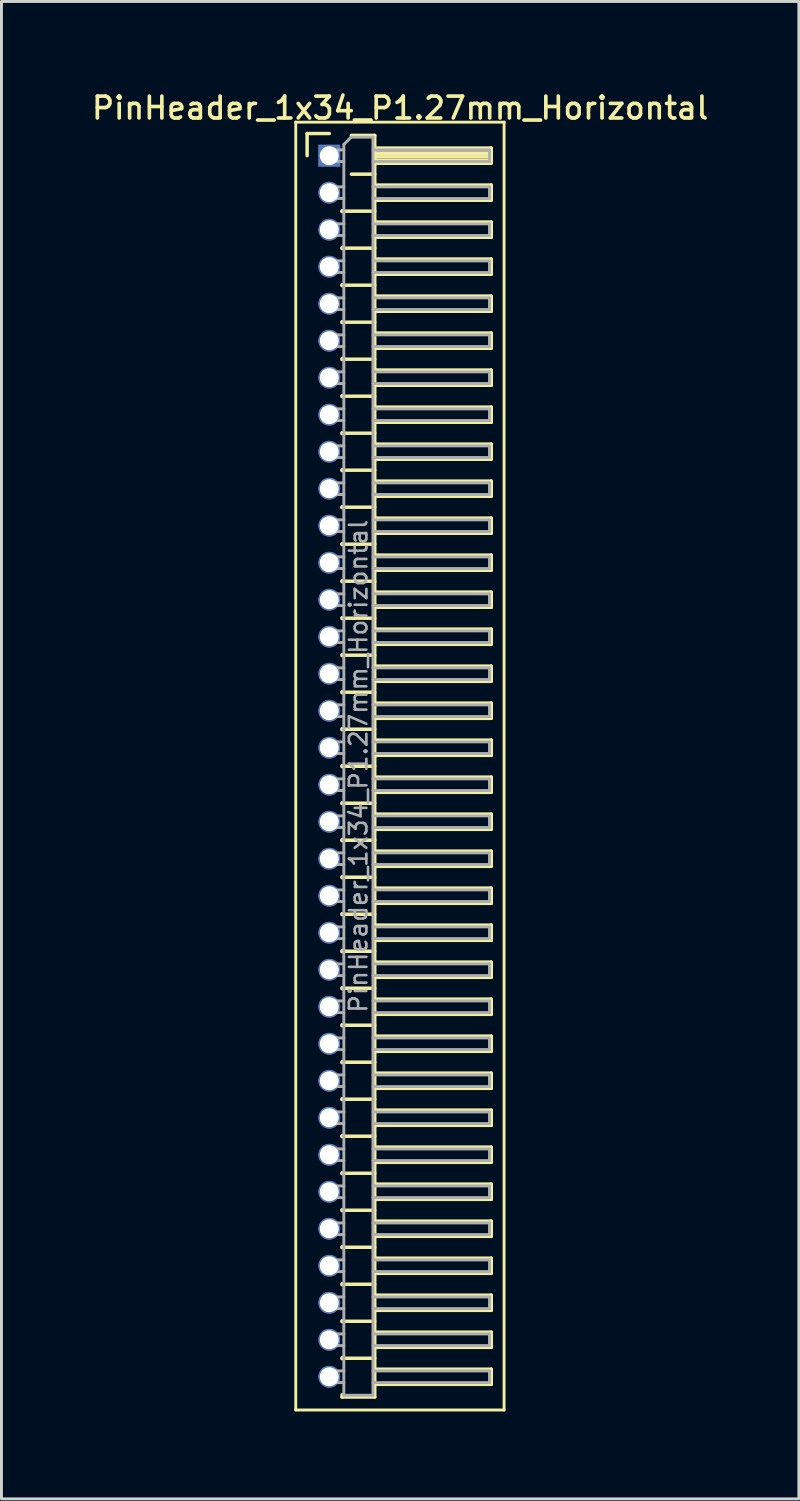
<source format=kicad_pcb>
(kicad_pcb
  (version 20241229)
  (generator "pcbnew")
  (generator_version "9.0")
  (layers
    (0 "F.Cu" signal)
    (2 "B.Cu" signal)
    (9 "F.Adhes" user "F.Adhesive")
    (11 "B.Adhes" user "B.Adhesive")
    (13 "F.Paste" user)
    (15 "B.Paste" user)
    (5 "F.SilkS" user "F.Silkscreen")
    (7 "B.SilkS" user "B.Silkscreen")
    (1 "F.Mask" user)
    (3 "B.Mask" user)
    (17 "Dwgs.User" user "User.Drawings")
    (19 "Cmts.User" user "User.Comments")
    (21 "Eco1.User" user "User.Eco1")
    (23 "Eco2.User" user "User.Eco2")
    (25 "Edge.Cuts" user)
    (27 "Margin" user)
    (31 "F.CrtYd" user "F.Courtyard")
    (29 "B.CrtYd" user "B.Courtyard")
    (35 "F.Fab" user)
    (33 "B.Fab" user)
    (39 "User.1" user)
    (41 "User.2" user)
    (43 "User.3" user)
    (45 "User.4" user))
  (footprint "PinHeader_1x34_P1.27mm_Horizontal"
    (layer "F.Cu")
    (at 8.251 2.293)
    (property "Reference" "PinHeader_1x34_P1.27mm_Horizontal" (at 2.433 -1.635 0) (layer "F.SilkS") (effects (font (size 0.75 0.75) (thickness 0.125))))
    (attr through_hole)
    (fp_line (start -1.15 -1.15) (end -1.15 43.05) (stroke (width 0.1) (type solid)) (layer "F.SilkS"))
    (fp_line (start -1.15 43.05) (end 6 43.05) (stroke (width 0.1) (type solid)) (layer "F.SilkS"))
    (fp_line (start -0.76 -0.76) (end 0 -0.76) (stroke (width 0.12) (type solid)) (layer "F.SilkS"))
    (fp_line (start -0.76 0) (end -0.76 -0.76) (stroke (width 0.12) (type solid)) (layer "F.SilkS"))
    (fp_line (start 0.44 1.89) (end 0.44 1.92) (stroke (width 0.12) (type solid)) (layer "F.SilkS"))
    (fp_line (start 0.44 1.905) (end 1.56 1.905) (stroke (width 0.12) (type solid)) (layer "F.SilkS"))
    (fp_line (start 0.44 3.16) (end 0.44 3.19) (stroke (width 0.12) (type solid)) (layer "F.SilkS"))
    (fp_line (start 0.44 3.175) (end 1.56 3.175) (stroke (width 0.12) (type solid)) (layer "F.SilkS"))
    (fp_line (start 0.44 4.43) (end 0.44 4.46) (stroke (width 0.12) (type solid)) (layer "F.SilkS"))
    (fp_line (start 0.44 4.445) (end 1.56 4.445) (stroke (width 0.12) (type solid)) (layer "F.SilkS"))
    (fp_line (start 0.44 5.7) (end 0.44 5.73) (stroke (width 0.12) (type solid)) (layer "F.SilkS"))
    (fp_line (start 0.44 5.715) (end 1.56 5.715) (stroke (width 0.12) (type solid)) (layer "F.SilkS"))
    (fp_line (start 0.44 6.97) (end 0.44 7) (stroke (width 0.12) (type solid)) (layer "F.SilkS"))
    (fp_line (start 0.44 6.985) (end 1.56 6.985) (stroke (width 0.12) (type solid)) (layer "F.SilkS"))
    (fp_line (start 0.44 8.24) (end 0.44 8.27) (stroke (width 0.12) (type solid)) (layer "F.SilkS"))
    (fp_line (start 0.44 8.255) (end 1.56 8.255) (stroke (width 0.12) (type solid)) (layer "F.SilkS"))
    (fp_line (start 0.44 9.51) (end 0.44 9.54) (stroke (width 0.12) (type solid)) (layer "F.SilkS"))
    (fp_line (start 0.44 9.525) (end 1.56 9.525) (stroke (width 0.12) (type solid)) (layer "F.SilkS"))
    (fp_line (start 0.44 10.78) (end 0.44 10.81) (stroke (width 0.12) (type solid)) (layer "F.SilkS"))
    (fp_line (start 0.44 10.795) (end 1.56 10.795) (stroke (width 0.12) (type solid)) (layer "F.SilkS"))
    (fp_line (start 0.44 12.05) (end 0.44 12.08) (stroke (width 0.12) (type solid)) (layer "F.SilkS"))
    (fp_line (start 0.44 12.065) (end 1.56 12.065) (stroke (width 0.12) (type solid)) (layer "F.SilkS"))
    (fp_line (start 0.44 13.32) (end 0.44 13.35) (stroke (width 0.12) (type solid)) (layer "F.SilkS"))
    (fp_line (start 0.44 13.335) (end 1.56 13.335) (stroke (width 0.12) (type solid)) (layer "F.SilkS"))
    (fp_line (start 0.44 14.59) (end 0.44 14.62) (stroke (width 0.12) (type solid)) (layer "F.SilkS"))
    (fp_line (start 0.44 14.605) (end 1.56 14.605) (stroke (width 0.12) (type solid)) (layer "F.SilkS"))
    (fp_line (start 0.44 15.86) (end 0.44 15.89) (stroke (width 0.12) (type solid)) (layer "F.SilkS"))
    (fp_line (start 0.44 15.875) (end 1.56 15.875) (stroke (width 0.12) (type solid)) (layer "F.SilkS"))
    (fp_line (start 0.44 17.13) (end 0.44 17.16) (stroke (width 0.12) (type solid)) (layer "F.SilkS"))
    (fp_line (start 0.44 17.145) (end 1.56 17.145) (stroke (width 0.12) (type solid)) (layer "F.SilkS"))
    (fp_line (start 0.44 18.4) (end 0.44 18.43) (stroke (width 0.12) (type solid)) (layer "F.SilkS"))
    (fp_line (start 0.44 18.415) (end 1.56 18.415) (stroke (width 0.12) (type solid)) (layer "F.SilkS"))
    (fp_line (start 0.44 19.67) (end 0.44 19.7) (stroke (width 0.12) (type solid)) (layer "F.SilkS"))
    (fp_line (start 0.44 19.685) (end 1.56 19.685) (stroke (width 0.12) (type solid)) (layer "F.SilkS"))
    (fp_line (start 0.44 20.94) (end 0.44 20.97) (stroke (width 0.12) (type solid)) (layer "F.SilkS"))
    (fp_line (start 0.44 20.955) (end 1.56 20.955) (stroke (width 0.12) (type solid)) (layer "F.SilkS"))
    (fp_line (start 0.44 22.21) (end 0.44 22.24) (stroke (width 0.12) (type solid)) (layer "F.SilkS"))
    (fp_line (start 0.44 22.225) (end 1.56 22.225) (stroke (width 0.12) (type solid)) (layer "F.SilkS"))
    (fp_line (start 0.44 23.48) (end 0.44 23.51) (stroke (width 0.12) (type solid)) (layer "F.SilkS"))
    (fp_line (start 0.44 23.495) (end 1.56 23.495) (stroke (width 0.12) (type solid)) (layer "F.SilkS"))
    (fp_line (start 0.44 24.75) (end 0.44 24.78) (stroke (width 0.12) (type solid)) (layer "F.SilkS"))
    (fp_line (start 0.44 24.765) (end 1.56 24.765) (stroke (width 0.12) (type solid)) (layer "F.SilkS"))
    (fp_line (start 0.44 26.02) (end 0.44 26.05) (stroke (width 0.12) (type solid)) (layer "F.SilkS"))
    (fp_line (start 0.44 26.035) (end 1.56 26.035) (stroke (width 0.12) (type solid)) (layer "F.SilkS"))
    (fp_line (start 0.44 27.29) (end 0.44 27.32) (stroke (width 0.12) (type solid)) (layer "F.SilkS"))
    (fp_line (start 0.44 27.305) (end 1.56 27.305) (stroke (width 0.12) (type solid)) (layer "F.SilkS"))
    (fp_line (start 0.44 28.56) (end 0.44 28.59) (stroke (width 0.12) (type solid)) (layer "F.SilkS"))
    (fp_line (start 0.44 28.575) (end 1.56 28.575) (stroke (width 0.12) (type solid)) (layer "F.SilkS"))
    (fp_line (start 0.44 29.83) (end 0.44 29.86) (stroke (width 0.12) (type solid)) (layer "F.SilkS"))
    (fp_line (start 0.44 29.845) (end 1.56 29.845) (stroke (width 0.12) (type solid)) (layer "F.SilkS"))
    (fp_line (start 0.44 31.1) (end 0.44 31.13) (stroke (width 0.12) (type solid)) (layer "F.SilkS"))
    (fp_line (start 0.44 31.115) (end 1.56 31.115) (stroke (width 0.12) (type solid)) (layer "F.SilkS"))
    (fp_line (start 0.44 32.37) (end 0.44 32.4) (stroke (width 0.12) (type solid)) (layer "F.SilkS"))
    (fp_line (start 0.44 32.385) (end 1.56 32.385) (stroke (width 0.12) (type solid)) (layer "F.SilkS"))
    (fp_line (start 0.44 33.64) (end 0.44 33.67) (stroke (width 0.12) (type solid)) (layer "F.SilkS"))
    (fp_line (start 0.44 33.655) (end 1.56 33.655) (stroke (width 0.12) (type solid)) (layer "F.SilkS"))
    (fp_line (start 0.44 34.91) (end 0.44 34.94) (stroke (width 0.12) (type solid)) (layer "F.SilkS"))
    (fp_line (start 0.44 34.925) (end 1.56 34.925) (stroke (width 0.12) (type solid)) (layer "F.SilkS"))
    (fp_line (start 0.44 36.18) (end 0.44 36.21) (stroke (width 0.12) (type solid)) (layer "F.SilkS"))
    (fp_line (start 0.44 36.195) (end 1.56 36.195) (stroke (width 0.12) (type solid)) (layer "F.SilkS"))
    (fp_line (start 0.44 37.45) (end 0.44 37.48) (stroke (width 0.12) (type solid)) (layer "F.SilkS"))
    (fp_line (start 0.44 37.465) (end 1.56 37.465) (stroke (width 0.12) (type solid)) (layer "F.SilkS"))
    (fp_line (start 0.44 38.72) (end 0.44 38.75) (stroke (width 0.12) (type solid)) (layer "F.SilkS"))
    (fp_line (start 0.44 38.735) (end 1.56 38.735) (stroke (width 0.12) (type solid)) (layer "F.SilkS"))
    (fp_line (start 0.44 39.99) (end 0.44 40.02) (stroke (width 0.12) (type solid)) (layer "F.SilkS"))
    (fp_line (start 0.44 40.005) (end 1.56 40.005) (stroke (width 0.12) (type solid)) (layer "F.SilkS"))
    (fp_line (start 0.44 41.26) (end 0.44 41.29) (stroke (width 0.12) (type solid)) (layer "F.SilkS"))
    (fp_line (start 0.44 41.275) (end 1.56 41.275) (stroke (width 0.12) (type solid)) (layer "F.SilkS"))
    (fp_line (start 0.44 42.605) (end 0.44 42.53) (stroke (width 0.12) (type solid)) (layer "F.SilkS"))
    (fp_line (start 0.76 -0.695) (end 1.56 -0.695) (stroke (width 0.12) (type solid)) (layer "F.SilkS"))
    (fp_line (start 0.76 0.635) (end 1.56 0.635) (stroke (width 0.12) (type solid)) (layer "F.SilkS"))
    (fp_line (start 1.56 -0.695) (end 1.56 42.605) (stroke (width 0.12) (type solid)) (layer "F.SilkS"))
    (fp_line (start 1.56 -0.26) (end 5.56 -0.26) (stroke (width 0.12) (type solid)) (layer "F.SilkS"))
    (fp_line (start 1.56 -0.2) (end 5.56 -0.2) (stroke (width 0.12) (type solid)) (layer "F.SilkS"))
    (fp_line (start 1.56 -0.08) (end 5.56 -0.08) (stroke (width 0.12) (type solid)) (layer "F.SilkS"))
    (fp_line (start 1.56 0.04) (end 5.56 0.04) (stroke (width 0.12) (type solid)) (layer "F.SilkS"))
    (fp_line (start 1.56 0.16) (end 5.56 0.16) (stroke (width 0.12) (type solid)) (layer "F.SilkS"))
    (fp_line (start 1.56 1.01) (end 5.56 1.01) (stroke (width 0.12) (type solid)) (layer "F.SilkS"))
    (fp_line (start 1.56 2.28) (end 5.56 2.28) (stroke (width 0.12) (type solid)) (layer "F.SilkS"))
    (fp_line (start 1.56 3.55) (end 5.56 3.55) (stroke (width 0.12) (type solid)) (layer "F.SilkS"))
    (fp_line (start 1.56 4.82) (end 5.56 4.82) (stroke (width 0.12) (type solid)) (layer "F.SilkS"))
    (fp_line (start 1.56 6.09) (end 5.56 6.09) (stroke (width 0.12) (type solid)) (layer "F.SilkS"))
    (fp_line (start 1.56 7.36) (end 5.56 7.36) (stroke (width 0.12) (type solid)) (layer "F.SilkS"))
    (fp_line (start 1.56 8.63) (end 5.56 8.63) (stroke (width 0.12) (type solid)) (layer "F.SilkS"))
    (fp_line (start 1.56 9.9) (end 5.56 9.9) (stroke (width 0.12) (type solid)) (layer "F.SilkS"))
    (fp_line (start 1.56 11.17) (end 5.56 11.17) (stroke (width 0.12) (type solid)) (layer "F.SilkS"))
    (fp_line (start 1.56 12.44) (end 5.56 12.44) (stroke (width 0.12) (type solid)) (layer "F.SilkS"))
    (fp_line (start 1.56 13.71) (end 5.56 13.71) (stroke (width 0.12) (type solid)) (layer "F.SilkS"))
    (fp_line (start 1.56 14.98) (end 5.56 14.98) (stroke (width 0.12) (type solid)) (layer "F.SilkS"))
    (fp_line (start 1.56 16.25) (end 5.56 16.25) (stroke (width 0.12) (type solid)) (layer "F.SilkS"))
    (fp_line (start 1.56 17.52) (end 5.56 17.52) (stroke (width 0.12) (type solid)) (layer "F.SilkS"))
    (fp_line (start 1.56 18.79) (end 5.56 18.79) (stroke (width 0.12) (type solid)) (layer "F.SilkS"))
    (fp_line (start 1.56 20.06) (end 5.56 20.06) (stroke (width 0.12) (type solid)) (layer "F.SilkS"))
    (fp_line (start 1.56 21.33) (end 5.56 21.33) (stroke (width 0.12) (type solid)) (layer "F.SilkS"))
    (fp_line (start 1.56 22.6) (end 5.56 22.6) (stroke (width 0.12) (type solid)) (layer "F.SilkS"))
    (fp_line (start 1.56 23.87) (end 5.56 23.87) (stroke (width 0.12) (type solid)) (layer "F.SilkS"))
    (fp_line (start 1.56 25.14) (end 5.56 25.14) (stroke (width 0.12) (type solid)) (layer "F.SilkS"))
    (fp_line (start 1.56 26.41) (end 5.56 26.41) (stroke (width 0.12) (type solid)) (layer "F.SilkS"))
    (fp_line (start 1.56 27.68) (end 5.56 27.68) (stroke (width 0.12) (type solid)) (layer "F.SilkS"))
    (fp_line (start 1.56 28.95) (end 5.56 28.95) (stroke (width 0.12) (type solid)) (layer "F.SilkS"))
    (fp_line (start 1.56 30.22) (end 5.56 30.22) (stroke (width 0.12) (type solid)) (layer "F.SilkS"))
    (fp_line (start 1.56 31.49) (end 5.56 31.49) (stroke (width 0.12) (type solid)) (layer "F.SilkS"))
    (fp_line (start 1.56 32.76) (end 5.56 32.76) (stroke (width 0.12) (type solid)) (layer "F.SilkS"))
    (fp_line (start 1.56 34.03) (end 5.56 34.03) (stroke (width 0.12) (type solid)) (layer "F.SilkS"))
    (fp_line (start 1.56 35.3) (end 5.56 35.3) (stroke (width 0.12) (type solid)) (layer "F.SilkS"))
    (fp_line (start 1.56 36.57) (end 5.56 36.57) (stroke (width 0.12) (type solid)) (layer "F.SilkS"))
    (fp_line (start 1.56 37.84) (end 5.56 37.84) (stroke (width 0.12) (type solid)) (layer "F.SilkS"))
    (fp_line (start 1.56 39.11) (end 5.56 39.11) (stroke (width 0.12) (type solid)) (layer "F.SilkS"))
    (fp_line (start 1.56 40.38) (end 5.56 40.38) (stroke (width 0.12) (type solid)) (layer "F.SilkS"))
    (fp_line (start 1.56 41.65) (end 5.56 41.65) (stroke (width 0.12) (type solid)) (layer "F.SilkS"))
    (fp_line (start 1.56 42.605) (end 0.44 42.605) (stroke (width 0.12) (type solid)) (layer "F.SilkS"))
    (fp_line (start 5.56 -0.26) (end 5.56 0.26) (stroke (width 0.12) (type solid)) (layer "F.SilkS"))
    (fp_line (start 5.56 0.26) (end 1.56 0.26) (stroke (width 0.12) (type solid)) (layer "F.SilkS"))
    (fp_line (start 5.56 1.01) (end 5.56 1.53) (stroke (width 0.12) (type solid)) (layer "F.SilkS"))
    (fp_line (start 5.56 1.53) (end 1.56 1.53) (stroke (width 0.12) (type solid)) (layer "F.SilkS"))
    (fp_line (start 5.56 2.28) (end 5.56 2.8) (stroke (width 0.12) (type solid)) (layer "F.SilkS"))
    (fp_line (start 5.56 2.8) (end 1.56 2.8) (stroke (width 0.12) (type solid)) (layer "F.SilkS"))
    (fp_line (start 5.56 3.55) (end 5.56 4.07) (stroke (width 0.12) (type solid)) (layer "F.SilkS"))
    (fp_line (start 5.56 4.07) (end 1.56 4.07) (stroke (width 0.12) (type solid)) (layer "F.SilkS"))
    (fp_line (start 5.56 4.82) (end 5.56 5.34) (stroke (width 0.12) (type solid)) (layer "F.SilkS"))
    (fp_line (start 5.56 5.34) (end 1.56 5.34) (stroke (width 0.12) (type solid)) (layer "F.SilkS"))
    (fp_line (start 5.56 6.09) (end 5.56 6.61) (stroke (width 0.12) (type solid)) (layer "F.SilkS"))
    (fp_line (start 5.56 6.61) (end 1.56 6.61) (stroke (width 0.12) (type solid)) (layer "F.SilkS"))
    (fp_line (start 5.56 7.36) (end 5.56 7.88) (stroke (width 0.12) (type solid)) (layer "F.SilkS"))
    (fp_line (start 5.56 7.88) (end 1.56 7.88) (stroke (width 0.12) (type solid)) (layer "F.SilkS"))
    (fp_line (start 5.56 8.63) (end 5.56 9.15) (stroke (width 0.12) (type solid)) (layer "F.SilkS"))
    (fp_line (start 5.56 9.15) (end 1.56 9.15) (stroke (width 0.12) (type solid)) (layer "F.SilkS"))
    (fp_line (start 5.56 9.9) (end 5.56 10.42) (stroke (width 0.12) (type solid)) (layer "F.SilkS"))
    (fp_line (start 5.56 10.42) (end 1.56 10.42) (stroke (width 0.12) (type solid)) (layer "F.SilkS"))
    (fp_line (start 5.56 11.17) (end 5.56 11.69) (stroke (width 0.12) (type solid)) (layer "F.SilkS"))
    (fp_line (start 5.56 11.69) (end 1.56 11.69) (stroke (width 0.12) (type solid)) (layer "F.SilkS"))
    (fp_line (start 5.56 12.44) (end 5.56 12.96) (stroke (width 0.12) (type solid)) (layer "F.SilkS"))
    (fp_line (start 5.56 12.96) (end 1.56 12.96) (stroke (width 0.12) (type solid)) (layer "F.SilkS"))
    (fp_line (start 5.56 13.71) (end 5.56 14.23) (stroke (width 0.12) (type solid)) (layer "F.SilkS"))
    (fp_line (start 5.56 14.23) (end 1.56 14.23) (stroke (width 0.12) (type solid)) (layer "F.SilkS"))
    (fp_line (start 5.56 14.98) (end 5.56 15.5) (stroke (width 0.12) (type solid)) (layer "F.SilkS"))
    (fp_line (start 5.56 15.5) (end 1.56 15.5) (stroke (width 0.12) (type solid)) (layer "F.SilkS"))
    (fp_line (start 5.56 16.25) (end 5.56 16.77) (stroke (width 0.12) (type solid)) (layer "F.SilkS"))
    (fp_line (start 5.56 16.77) (end 1.56 16.77) (stroke (width 0.12) (type solid)) (layer "F.SilkS"))
    (fp_line (start 5.56 17.52) (end 5.56 18.04) (stroke (width 0.12) (type solid)) (layer "F.SilkS"))
    (fp_line (start 5.56 18.04) (end 1.56 18.04) (stroke (width 0.12) (type solid)) (layer "F.SilkS"))
    (fp_line (start 5.56 18.79) (end 5.56 19.31) (stroke (width 0.12) (type solid)) (layer "F.SilkS"))
    (fp_line (start 5.56 19.31) (end 1.56 19.31) (stroke (width 0.12) (type solid)) (layer "F.SilkS"))
    (fp_line (start 5.56 20.06) (end 5.56 20.58) (stroke (width 0.12) (type solid)) (layer "F.SilkS"))
    (fp_line (start 5.56 20.58) (end 1.56 20.58) (stroke (width 0.12) (type solid)) (layer "F.SilkS"))
    (fp_line (start 5.56 21.33) (end 5.56 21.85) (stroke (width 0.12) (type solid)) (layer "F.SilkS"))
    (fp_line (start 5.56 21.85) (end 1.56 21.85) (stroke (width 0.12) (type solid)) (layer "F.SilkS"))
    (fp_line (start 5.56 22.6) (end 5.56 23.12) (stroke (width 0.12) (type solid)) (layer "F.SilkS"))
    (fp_line (start 5.56 23.12) (end 1.56 23.12) (stroke (width 0.12) (type solid)) (layer "F.SilkS"))
    (fp_line (start 5.56 23.87) (end 5.56 24.39) (stroke (width 0.12) (type solid)) (layer "F.SilkS"))
    (fp_line (start 5.56 24.39) (end 1.56 24.39) (stroke (width 0.12) (type solid)) (layer "F.SilkS"))
    (fp_line (start 5.56 25.14) (end 5.56 25.66) (stroke (width 0.12) (type solid)) (layer "F.SilkS"))
    (fp_line (start 5.56 25.66) (end 1.56 25.66) (stroke (width 0.12) (type solid)) (layer "F.SilkS"))
    (fp_line (start 5.56 26.41) (end 5.56 26.93) (stroke (width 0.12) (type solid)) (layer "F.SilkS"))
    (fp_line (start 5.56 26.93) (end 1.56 26.93) (stroke (width 0.12) (type solid)) (layer "F.SilkS"))
    (fp_line (start 5.56 27.68) (end 5.56 28.2) (stroke (width 0.12) (type solid)) (layer "F.SilkS"))
    (fp_line (start 5.56 28.2) (end 1.56 28.2) (stroke (width 0.12) (type solid)) (layer "F.SilkS"))
    (fp_line (start 5.56 28.95) (end 5.56 29.47) (stroke (width 0.12) (type solid)) (layer "F.SilkS"))
    (fp_line (start 5.56 29.47) (end 1.56 29.47) (stroke (width 0.12) (type solid)) (layer "F.SilkS"))
    (fp_line (start 5.56 30.22) (end 5.56 30.74) (stroke (width 0.12) (type solid)) (layer "F.SilkS"))
    (fp_line (start 5.56 30.74) (end 1.56 30.74) (stroke (width 0.12) (type solid)) (layer "F.SilkS"))
    (fp_line (start 5.56 31.49) (end 5.56 32.01) (stroke (width 0.12) (type solid)) (layer "F.SilkS"))
    (fp_line (start 5.56 32.01) (end 1.56 32.01) (stroke (width 0.12) (type solid)) (layer "F.SilkS"))
    (fp_line (start 5.56 32.76) (end 5.56 33.28) (stroke (width 0.12) (type solid)) (layer "F.SilkS"))
    (fp_line (start 5.56 33.28) (end 1.56 33.28) (stroke (width 0.12) (type solid)) (layer "F.SilkS"))
    (fp_line (start 5.56 34.03) (end 5.56 34.55) (stroke (width 0.12) (type solid)) (layer "F.SilkS"))
    (fp_line (start 5.56 34.55) (end 1.56 34.55) (stroke (width 0.12) (type solid)) (layer "F.SilkS"))
    (fp_line (start 5.56 35.3) (end 5.56 35.82) (stroke (width 0.12) (type solid)) (layer "F.SilkS"))
    (fp_line (start 5.56 35.82) (end 1.56 35.82) (stroke (width 0.12) (type solid)) (layer "F.SilkS"))
    (fp_line (start 5.56 36.57) (end 5.56 37.09) (stroke (width 0.12) (type solid)) (layer "F.SilkS"))
    (fp_line (start 5.56 37.09) (end 1.56 37.09) (stroke (width 0.12) (type solid)) (layer "F.SilkS"))
    (fp_line (start 5.56 37.84) (end 5.56 38.36) (stroke (width 0.12) (type solid)) (layer "F.SilkS"))
    (fp_line (start 5.56 38.36) (end 1.56 38.36) (stroke (width 0.12) (type solid)) (layer "F.SilkS"))
    (fp_line (start 5.56 39.11) (end 5.56 39.63) (stroke (width 0.12) (type solid)) (layer "F.SilkS"))
    (fp_line (start 5.56 39.63) (end 1.56 39.63) (stroke (width 0.12) (type solid)) (layer "F.SilkS"))
    (fp_line (start 5.56 40.38) (end 5.56 40.9) (stroke (width 0.12) (type solid)) (layer "F.SilkS"))
    (fp_line (start 5.56 40.9) (end 1.56 40.9) (stroke (width 0.12) (type solid)) (layer "F.SilkS"))
    (fp_line (start 5.56 41.65) (end 5.56 42.17) (stroke (width 0.12) (type solid)) (layer "F.SilkS"))
    (fp_line (start 5.56 42.17) (end 1.56 42.17) (stroke (width 0.12) (type solid)) (layer "F.SilkS"))
    (fp_line (start 6 -1.15) (end -1.15 -1.15) (stroke (width 0.1) (type solid)) (layer "F.SilkS"))
    (fp_line (start 6 43.05) (end 6 -1.15) (stroke (width 0.1) (type solid)) (layer "F.SilkS"))
    (fp_line (start -0.2 -0.2) (end -0.2 0.2) (stroke (width 0.1) (type solid)) (layer "F.Fab"))
    (fp_line (start -0.2 -0.2) (end 0.5 -0.2) (stroke (width 0.1) (type solid)) (layer "F.Fab"))
    (fp_line (start -0.2 0.2) (end 0.5 0.2) (stroke (width 0.1) (type solid)) (layer "F.Fab"))
    (fp_line (start -0.2 1.07) (end -0.2 1.47) (stroke (width 0.1) (type solid)) (layer "F.Fab"))
    (fp_line (start -0.2 1.07) (end 0.5 1.07) (stroke (width 0.1) (type solid)) (layer "F.Fab"))
    (fp_line (start -0.2 1.47) (end 0.5 1.47) (stroke (width 0.1) (type solid)) (layer "F.Fab"))
    (fp_line (start -0.2 2.34) (end -0.2 2.74) (stroke (width 0.1) (type solid)) (layer "F.Fab"))
    (fp_line (start -0.2 2.34) (end 0.5 2.34) (stroke (width 0.1) (type solid)) (layer "F.Fab"))
    (fp_line (start -0.2 2.74) (end 0.5 2.74) (stroke (width 0.1) (type solid)) (layer "F.Fab"))
    (fp_line (start -0.2 3.61) (end -0.2 4.01) (stroke (width 0.1) (type solid)) (layer "F.Fab"))
    (fp_line (start -0.2 3.61) (end 0.5 3.61) (stroke (width 0.1) (type solid)) (layer "F.Fab"))
    (fp_line (start -0.2 4.01) (end 0.5 4.01) (stroke (width 0.1) (type solid)) (layer "F.Fab"))
    (fp_line (start -0.2 4.88) (end -0.2 5.28) (stroke (width 0.1) (type solid)) (layer "F.Fab"))
    (fp_line (start -0.2 4.88) (end 0.5 4.88) (stroke (width 0.1) (type solid)) (layer "F.Fab"))
    (fp_line (start -0.2 5.28) (end 0.5 5.28) (stroke (width 0.1) (type solid)) (layer "F.Fab"))
    (fp_line (start -0.2 6.15) (end -0.2 6.55) (stroke (width 0.1) (type solid)) (layer "F.Fab"))
    (fp_line (start -0.2 6.15) (end 0.5 6.15) (stroke (width 0.1) (type solid)) (layer "F.Fab"))
    (fp_line (start -0.2 6.55) (end 0.5 6.55) (stroke (width 0.1) (type solid)) (layer "F.Fab"))
    (fp_line (start -0.2 7.42) (end -0.2 7.82) (stroke (width 0.1) (type solid)) (layer "F.Fab"))
    (fp_line (start -0.2 7.42) (end 0.5 7.42) (stroke (width 0.1) (type solid)) (layer "F.Fab"))
    (fp_line (start -0.2 7.82) (end 0.5 7.82) (stroke (width 0.1) (type solid)) (layer "F.Fab"))
    (fp_line (start -0.2 8.69) (end -0.2 9.09) (stroke (width 0.1) (type solid)) (layer "F.Fab"))
    (fp_line (start -0.2 8.69) (end 0.5 8.69) (stroke (width 0.1) (type solid)) (layer "F.Fab"))
    (fp_line (start -0.2 9.09) (end 0.5 9.09) (stroke (width 0.1) (type solid)) (layer "F.Fab"))
    (fp_line (start -0.2 9.96) (end -0.2 10.36) (stroke (width 0.1) (type solid)) (layer "F.Fab"))
    (fp_line (start -0.2 9.96) (end 0.5 9.96) (stroke (width 0.1) (type solid)) (layer "F.Fab"))
    (fp_line (start -0.2 10.36) (end 0.5 10.36) (stroke (width 0.1) (type solid)) (layer "F.Fab"))
    (fp_line (start -0.2 11.23) (end -0.2 11.63) (stroke (width 0.1) (type solid)) (layer "F.Fab"))
    (fp_line (start -0.2 11.23) (end 0.5 11.23) (stroke (width 0.1) (type solid)) (layer "F.Fab"))
    (fp_line (start -0.2 11.63) (end 0.5 11.63) (stroke (width 0.1) (type solid)) (layer "F.Fab"))
    (fp_line (start -0.2 12.5) (end -0.2 12.9) (stroke (width 0.1) (type solid)) (layer "F.Fab"))
    (fp_line (start -0.2 12.5) (end 0.5 12.5) (stroke (width 0.1) (type solid)) (layer "F.Fab"))
    (fp_line (start -0.2 12.9) (end 0.5 12.9) (stroke (width 0.1) (type solid)) (layer "F.Fab"))
    (fp_line (start -0.2 13.77) (end -0.2 14.17) (stroke (width 0.1) (type solid)) (layer "F.Fab"))
    (fp_line (start -0.2 13.77) (end 0.5 13.77) (stroke (width 0.1) (type solid)) (layer "F.Fab"))
    (fp_line (start -0.2 14.17) (end 0.5 14.17) (stroke (width 0.1) (type solid)) (layer "F.Fab"))
    (fp_line (start -0.2 15.04) (end -0.2 15.44) (stroke (width 0.1) (type solid)) (layer "F.Fab"))
    (fp_line (start -0.2 15.04) (end 0.5 15.04) (stroke (width 0.1) (type solid)) (layer "F.Fab"))
    (fp_line (start -0.2 15.44) (end 0.5 15.44) (stroke (width 0.1) (type solid)) (layer "F.Fab"))
    (fp_line (start -0.2 16.31) (end -0.2 16.71) (stroke (width 0.1) (type solid)) (layer "F.Fab"))
    (fp_line (start -0.2 16.31) (end 0.5 16.31) (stroke (width 0.1) (type solid)) (layer "F.Fab"))
    (fp_line (start -0.2 16.71) (end 0.5 16.71) (stroke (width 0.1) (type solid)) (layer "F.Fab"))
    (fp_line (start -0.2 17.58) (end -0.2 17.98) (stroke (width 0.1) (type solid)) (layer "F.Fab"))
    (fp_line (start -0.2 17.58) (end 0.5 17.58) (stroke (width 0.1) (type solid)) (layer "F.Fab"))
    (fp_line (start -0.2 17.98) (end 0.5 17.98) (stroke (width 0.1) (type solid)) (layer "F.Fab"))
    (fp_line (start -0.2 18.85) (end -0.2 19.25) (stroke (width 0.1) (type solid)) (layer "F.Fab"))
    (fp_line (start -0.2 18.85) (end 0.5 18.85) (stroke (width 0.1) (type solid)) (layer "F.Fab"))
    (fp_line (start -0.2 19.25) (end 0.5 19.25) (stroke (width 0.1) (type solid)) (layer "F.Fab"))
    (fp_line (start -0.2 20.12) (end -0.2 20.52) (stroke (width 0.1) (type solid)) (layer "F.Fab"))
    (fp_line (start -0.2 20.12) (end 0.5 20.12) (stroke (width 0.1) (type solid)) (layer "F.Fab"))
    (fp_line (start -0.2 20.52) (end 0.5 20.52) (stroke (width 0.1) (type solid)) (layer "F.Fab"))
    (fp_line (start -0.2 21.39) (end -0.2 21.79) (stroke (width 0.1) (type solid)) (layer "F.Fab"))
    (fp_line (start -0.2 21.39) (end 0.5 21.39) (stroke (width 0.1) (type solid)) (layer "F.Fab"))
    (fp_line (start -0.2 21.79) (end 0.5 21.79) (stroke (width 0.1) (type solid)) (layer "F.Fab"))
    (fp_line (start -0.2 22.66) (end -0.2 23.06) (stroke (width 0.1) (type solid)) (layer "F.Fab"))
    (fp_line (start -0.2 22.66) (end 0.5 22.66) (stroke (width 0.1) (type solid)) (layer "F.Fab"))
    (fp_line (start -0.2 23.06) (end 0.5 23.06) (stroke (width 0.1) (type solid)) (layer "F.Fab"))
    (fp_line (start -0.2 23.93) (end -0.2 24.33) (stroke (width 0.1) (type solid)) (layer "F.Fab"))
    (fp_line (start -0.2 23.93) (end 0.5 23.93) (stroke (width 0.1) (type solid)) (layer "F.Fab"))
    (fp_line (start -0.2 24.33) (end 0.5 24.33) (stroke (width 0.1) (type solid)) (layer "F.Fab"))
    (fp_line (start -0.2 25.2) (end -0.2 25.6) (stroke (width 0.1) (type solid)) (layer "F.Fab"))
    (fp_line (start -0.2 25.2) (end 0.5 25.2) (stroke (width 0.1) (type solid)) (layer "F.Fab"))
    (fp_line (start -0.2 25.6) (end 0.5 25.6) (stroke (width 0.1) (type solid)) (layer "F.Fab"))
    (fp_line (start -0.2 26.47) (end -0.2 26.87) (stroke (width 0.1) (type solid)) (layer "F.Fab"))
    (fp_line (start -0.2 26.47) (end 0.5 26.47) (stroke (width 0.1) (type solid)) (layer "F.Fab"))
    (fp_line (start -0.2 26.87) (end 0.5 26.87) (stroke (width 0.1) (type solid)) (layer "F.Fab"))
    (fp_line (start -0.2 27.74) (end -0.2 28.14) (stroke (width 0.1) (type solid)) (layer "F.Fab"))
    (fp_line (start -0.2 27.74) (end 0.5 27.74) (stroke (width 0.1) (type solid)) (layer "F.Fab"))
    (fp_line (start -0.2 28.14) (end 0.5 28.14) (stroke (width 0.1) (type solid)) (layer "F.Fab"))
    (fp_line (start -0.2 29.01) (end -0.2 29.41) (stroke (width 0.1) (type solid)) (layer "F.Fab"))
    (fp_line (start -0.2 29.01) (end 0.5 29.01) (stroke (width 0.1) (type solid)) (layer "F.Fab"))
    (fp_line (start -0.2 29.41) (end 0.5 29.41) (stroke (width 0.1) (type solid)) (layer "F.Fab"))
    (fp_line (start -0.2 30.28) (end -0.2 30.68) (stroke (width 0.1) (type solid)) (layer "F.Fab"))
    (fp_line (start -0.2 30.28) (end 0.5 30.28) (stroke (width 0.1) (type solid)) (layer "F.Fab"))
    (fp_line (start -0.2 30.68) (end 0.5 30.68) (stroke (width 0.1) (type solid)) (layer "F.Fab"))
    (fp_line (start -0.2 31.55) (end -0.2 31.95) (stroke (width 0.1) (type solid)) (layer "F.Fab"))
    (fp_line (start -0.2 31.55) (end 0.5 31.55) (stroke (width 0.1) (type solid)) (layer "F.Fab"))
    (fp_line (start -0.2 31.95) (end 0.5 31.95) (stroke (width 0.1) (type solid)) (layer "F.Fab"))
    (fp_line (start -0.2 32.82) (end -0.2 33.22) (stroke (width 0.1) (type solid)) (layer "F.Fab"))
    (fp_line (start -0.2 32.82) (end 0.5 32.82) (stroke (width 0.1) (type solid)) (layer "F.Fab"))
    (fp_line (start -0.2 33.22) (end 0.5 33.22) (stroke (width 0.1) (type solid)) (layer "F.Fab"))
    (fp_line (start -0.2 34.09) (end -0.2 34.49) (stroke (width 0.1) (type solid)) (layer "F.Fab"))
    (fp_line (start -0.2 34.09) (end 0.5 34.09) (stroke (width 0.1) (type solid)) (layer "F.Fab"))
    (fp_line (start -0.2 34.49) (end 0.5 34.49) (stroke (width 0.1) (type solid)) (layer "F.Fab"))
    (fp_line (start -0.2 35.36) (end -0.2 35.76) (stroke (width 0.1) (type solid)) (layer "F.Fab"))
    (fp_line (start -0.2 35.36) (end 0.5 35.36) (stroke (width 0.1) (type solid)) (layer "F.Fab"))
    (fp_line (start -0.2 35.76) (end 0.5 35.76) (stroke (width 0.1) (type solid)) (layer "F.Fab"))
    (fp_line (start -0.2 36.63) (end -0.2 37.03) (stroke (width 0.1) (type solid)) (layer "F.Fab"))
    (fp_line (start -0.2 36.63) (end 0.5 36.63) (stroke (width 0.1) (type solid)) (layer "F.Fab"))
    (fp_line (start -0.2 37.03) (end 0.5 37.03) (stroke (width 0.1) (type solid)) (layer "F.Fab"))
    (fp_line (start -0.2 37.9) (end -0.2 38.3) (stroke (width 0.1) (type solid)) (layer "F.Fab"))
    (fp_line (start -0.2 37.9) (end 0.5 37.9) (stroke (width 0.1) (type solid)) (layer "F.Fab"))
    (fp_line (start -0.2 38.3) (end 0.5 38.3) (stroke (width 0.1) (type solid)) (layer "F.Fab"))
    (fp_line (start -0.2 39.17) (end -0.2 39.57) (stroke (width 0.1) (type solid)) (layer "F.Fab"))
    (fp_line (start -0.2 39.17) (end 0.5 39.17) (stroke (width 0.1) (type solid)) (layer "F.Fab"))
    (fp_line (start -0.2 39.57) (end 0.5 39.57) (stroke (width 0.1) (type solid)) (layer "F.Fab"))
    (fp_line (start -0.2 40.44) (end -0.2 40.84) (stroke (width 0.1) (type solid)) (layer "F.Fab"))
    (fp_line (start -0.2 40.44) (end 0.5 40.44) (stroke (width 0.1) (type solid)) (layer "F.Fab"))
    (fp_line (start -0.2 40.84) (end 0.5 40.84) (stroke (width 0.1) (type solid)) (layer "F.Fab"))
    (fp_line (start -0.2 41.71) (end -0.2 42.11) (stroke (width 0.1) (type solid)) (layer "F.Fab"))
    (fp_line (start -0.2 41.71) (end 0.5 41.71) (stroke (width 0.1) (type solid)) (layer "F.Fab"))
    (fp_line (start -0.2 42.11) (end 0.5 42.11) (stroke (width 0.1) (type solid)) (layer "F.Fab"))
    (fp_line (start 0.5 -0.385) (end 0.75 -0.635) (stroke (width 0.1) (type solid)) (layer "F.Fab"))
    (fp_line (start 0.5 42.545) (end 0.5 -0.385) (stroke (width 0.1) (type solid)) (layer "F.Fab"))
    (fp_line (start 0.75 -0.635) (end 1.5 -0.635) (stroke (width 0.1) (type solid)) (layer "F.Fab"))
    (fp_line (start 1.5 -0.635) (end 1.5 42.545) (stroke (width 0.1) (type solid)) (layer "F.Fab"))
    (fp_line (start 1.5 -0.2) (end 5.5 -0.2) (stroke (width 0.1) (type solid)) (layer "F.Fab"))
    (fp_line (start 1.5 0.2) (end 5.5 0.2) (stroke (width 0.1) (type solid)) (layer "F.Fab"))
    (fp_line (start 1.5 1.07) (end 5.5 1.07) (stroke (width 0.1) (type solid)) (layer "F.Fab"))
    (fp_line (start 1.5 1.47) (end 5.5 1.47) (stroke (width 0.1) (type solid)) (layer "F.Fab"))
    (fp_line (start 1.5 2.34) (end 5.5 2.34) (stroke (width 0.1) (type solid)) (layer "F.Fab"))
    (fp_line (start 1.5 2.74) (end 5.5 2.74) (stroke (width 0.1) (type solid)) (layer "F.Fab"))
    (fp_line (start 1.5 3.61) (end 5.5 3.61) (stroke (width 0.1) (type solid)) (layer "F.Fab"))
    (fp_line (start 1.5 4.01) (end 5.5 4.01) (stroke (width 0.1) (type solid)) (layer "F.Fab"))
    (fp_line (start 1.5 4.88) (end 5.5 4.88) (stroke (width 0.1) (type solid)) (layer "F.Fab"))
    (fp_line (start 1.5 5.28) (end 5.5 5.28) (stroke (width 0.1) (type solid)) (layer "F.Fab"))
    (fp_line (start 1.5 6.15) (end 5.5 6.15) (stroke (width 0.1) (type solid)) (layer "F.Fab"))
    (fp_line (start 1.5 6.55) (end 5.5 6.55) (stroke (width 0.1) (type solid)) (layer "F.Fab"))
    (fp_line (start 1.5 7.42) (end 5.5 7.42) (stroke (width 0.1) (type solid)) (layer "F.Fab"))
    (fp_line (start 1.5 7.82) (end 5.5 7.82) (stroke (width 0.1) (type solid)) (layer "F.Fab"))
    (fp_line (start 1.5 8.69) (end 5.5 8.69) (stroke (width 0.1) (type solid)) (layer "F.Fab"))
    (fp_line (start 1.5 9.09) (end 5.5 9.09) (stroke (width 0.1) (type solid)) (layer "F.Fab"))
    (fp_line (start 1.5 9.96) (end 5.5 9.96) (stroke (width 0.1) (type solid)) (layer "F.Fab"))
    (fp_line (start 1.5 10.36) (end 5.5 10.36) (stroke (width 0.1) (type solid)) (layer "F.Fab"))
    (fp_line (start 1.5 11.23) (end 5.5 11.23) (stroke (width 0.1) (type solid)) (layer "F.Fab"))
    (fp_line (start 1.5 11.63) (end 5.5 11.63) (stroke (width 0.1) (type solid)) (layer "F.Fab"))
    (fp_line (start 1.5 12.5) (end 5.5 12.5) (stroke (width 0.1) (type solid)) (layer "F.Fab"))
    (fp_line (start 1.5 12.9) (end 5.5 12.9) (stroke (width 0.1) (type solid)) (layer "F.Fab"))
    (fp_line (start 1.5 13.77) (end 5.5 13.77) (stroke (width 0.1) (type solid)) (layer "F.Fab"))
    (fp_line (start 1.5 14.17) (end 5.5 14.17) (stroke (width 0.1) (type solid)) (layer "F.Fab"))
    (fp_line (start 1.5 15.04) (end 5.5 15.04) (stroke (width 0.1) (type solid)) (layer "F.Fab"))
    (fp_line (start 1.5 15.44) (end 5.5 15.44) (stroke (width 0.1) (type solid)) (layer "F.Fab"))
    (fp_line (start 1.5 16.31) (end 5.5 16.31) (stroke (width 0.1) (type solid)) (layer "F.Fab"))
    (fp_line (start 1.5 16.71) (end 5.5 16.71) (stroke (width 0.1) (type solid)) (layer "F.Fab"))
    (fp_line (start 1.5 17.58) (end 5.5 17.58) (stroke (width 0.1) (type solid)) (layer "F.Fab"))
    (fp_line (start 1.5 17.98) (end 5.5 17.98) (stroke (width 0.1) (type solid)) (layer "F.Fab"))
    (fp_line (start 1.5 18.85) (end 5.5 18.85) (stroke (width 0.1) (type solid)) (layer "F.Fab"))
    (fp_line (start 1.5 19.25) (end 5.5 19.25) (stroke (width 0.1) (type solid)) (layer "F.Fab"))
    (fp_line (start 1.5 20.12) (end 5.5 20.12) (stroke (width 0.1) (type solid)) (layer "F.Fab"))
    (fp_line (start 1.5 20.52) (end 5.5 20.52) (stroke (width 0.1) (type solid)) (layer "F.Fab"))
    (fp_line (start 1.5 21.39) (end 5.5 21.39) (stroke (width 0.1) (type solid)) (layer "F.Fab"))
    (fp_line (start 1.5 21.79) (end 5.5 21.79) (stroke (width 0.1) (type solid)) (layer "F.Fab"))
    (fp_line (start 1.5 22.66) (end 5.5 22.66) (stroke (width 0.1) (type solid)) (layer "F.Fab"))
    (fp_line (start 1.5 23.06) (end 5.5 23.06) (stroke (width 0.1) (type solid)) (layer "F.Fab"))
    (fp_line (start 1.5 23.93) (end 5.5 23.93) (stroke (width 0.1) (type solid)) (layer "F.Fab"))
    (fp_line (start 1.5 24.33) (end 5.5 24.33) (stroke (width 0.1) (type solid)) (layer "F.Fab"))
    (fp_line (start 1.5 25.2) (end 5.5 25.2) (stroke (width 0.1) (type solid)) (layer "F.Fab"))
    (fp_line (start 1.5 25.6) (end 5.5 25.6) (stroke (width 0.1) (type solid)) (layer "F.Fab"))
    (fp_line (start 1.5 26.47) (end 5.5 26.47) (stroke (width 0.1) (type solid)) (layer "F.Fab"))
    (fp_line (start 1.5 26.87) (end 5.5 26.87) (stroke (width 0.1) (type solid)) (layer "F.Fab"))
    (fp_line (start 1.5 27.74) (end 5.5 27.74) (stroke (width 0.1) (type solid)) (layer "F.Fab"))
    (fp_line (start 1.5 28.14) (end 5.5 28.14) (stroke (width 0.1) (type solid)) (layer "F.Fab"))
    (fp_line (start 1.5 29.01) (end 5.5 29.01) (stroke (width 0.1) (type solid)) (layer "F.Fab"))
    (fp_line (start 1.5 29.41) (end 5.5 29.41) (stroke (width 0.1) (type solid)) (layer "F.Fab"))
    (fp_line (start 1.5 30.28) (end 5.5 30.28) (stroke (width 0.1) (type solid)) (layer "F.Fab"))
    (fp_line (start 1.5 30.68) (end 5.5 30.68) (stroke (width 0.1) (type solid)) (layer "F.Fab"))
    (fp_line (start 1.5 31.55) (end 5.5 31.55) (stroke (width 0.1) (type solid)) (layer "F.Fab"))
    (fp_line (start 1.5 31.95) (end 5.5 31.95) (stroke (width 0.1) (type solid)) (layer "F.Fab"))
    (fp_line (start 1.5 32.82) (end 5.5 32.82) (stroke (width 0.1) (type solid)) (layer "F.Fab"))
    (fp_line (start 1.5 33.22) (end 5.5 33.22) (stroke (width 0.1) (type solid)) (layer "F.Fab"))
    (fp_line (start 1.5 34.09) (end 5.5 34.09) (stroke (width 0.1) (type solid)) (layer "F.Fab"))
    (fp_line (start 1.5 34.49) (end 5.5 34.49) (stroke (width 0.1) (type solid)) (layer "F.Fab"))
    (fp_line (start 1.5 35.36) (end 5.5 35.36) (stroke (width 0.1) (type solid)) (layer "F.Fab"))
    (fp_line (start 1.5 35.76) (end 5.5 35.76) (stroke (width 0.1) (type solid)) (layer "F.Fab"))
    (fp_line (start 1.5 36.63) (end 5.5 36.63) (stroke (width 0.1) (type solid)) (layer "F.Fab"))
    (fp_line (start 1.5 37.03) (end 5.5 37.03) (stroke (width 0.1) (type solid)) (layer "F.Fab"))
    (fp_line (start 1.5 37.9) (end 5.5 37.9) (stroke (width 0.1) (type solid)) (layer "F.Fab"))
    (fp_line (start 1.5 38.3) (end 5.5 38.3) (stroke (width 0.1) (type solid)) (layer "F.Fab"))
    (fp_line (start 1.5 39.17) (end 5.5 39.17) (stroke (width 0.1) (type solid)) (layer "F.Fab"))
    (fp_line (start 1.5 39.57) (end 5.5 39.57) (stroke (width 0.1) (type solid)) (layer "F.Fab"))
    (fp_line (start 1.5 40.44) (end 5.5 40.44) (stroke (width 0.1) (type solid)) (layer "F.Fab"))
    (fp_line (start 1.5 40.84) (end 5.5 40.84) (stroke (width 0.1) (type solid)) (layer "F.Fab"))
    (fp_line (start 1.5 41.71) (end 5.5 41.71) (stroke (width 0.1) (type solid)) (layer "F.Fab"))
    (fp_line (start 1.5 42.11) (end 5.5 42.11) (stroke (width 0.1) (type solid)) (layer "F.Fab"))
    (fp_line (start 1.5 42.545) (end 0.5 42.545) (stroke (width 0.1) (type solid)) (layer "F.Fab"))
    (fp_line (start 5.5 -0.2) (end 5.5 0.2) (stroke (width 0.1) (type solid)) (layer "F.Fab"))
    (fp_line (start 5.5 1.07) (end 5.5 1.47) (stroke (width 0.1) (type solid)) (layer "F.Fab"))
    (fp_line (start 5.5 2.34) (end 5.5 2.74) (stroke (width 0.1) (type solid)) (layer "F.Fab"))
    (fp_line (start 5.5 3.61) (end 5.5 4.01) (stroke (width 0.1) (type solid)) (layer "F.Fab"))
    (fp_line (start 5.5 4.88) (end 5.5 5.28) (stroke (width 0.1) (type solid)) (layer "F.Fab"))
    (fp_line (start 5.5 6.15) (end 5.5 6.55) (stroke (width 0.1) (type solid)) (layer "F.Fab"))
    (fp_line (start 5.5 7.42) (end 5.5 7.82) (stroke (width 0.1) (type solid)) (layer "F.Fab"))
    (fp_line (start 5.5 8.69) (end 5.5 9.09) (stroke (width 0.1) (type solid)) (layer "F.Fab"))
    (fp_line (start 5.5 9.96) (end 5.5 10.36) (stroke (width 0.1) (type solid)) (layer "F.Fab"))
    (fp_line (start 5.5 11.23) (end 5.5 11.63) (stroke (width 0.1) (type solid)) (layer "F.Fab"))
    (fp_line (start 5.5 12.5) (end 5.5 12.9) (stroke (width 0.1) (type solid)) (layer "F.Fab"))
    (fp_line (start 5.5 13.77) (end 5.5 14.17) (stroke (width 0.1) (type solid)) (layer "F.Fab"))
    (fp_line (start 5.5 15.04) (end 5.5 15.44) (stroke (width 0.1) (type solid)) (layer "F.Fab"))
    (fp_line (start 5.5 16.31) (end 5.5 16.71) (stroke (width 0.1) (type solid)) (layer "F.Fab"))
    (fp_line (start 5.5 17.58) (end 5.5 17.98) (stroke (width 0.1) (type solid)) (layer "F.Fab"))
    (fp_line (start 5.5 18.85) (end 5.5 19.25) (stroke (width 0.1) (type solid)) (layer "F.Fab"))
    (fp_line (start 5.5 20.12) (end 5.5 20.52) (stroke (width 0.1) (type solid)) (layer "F.Fab"))
    (fp_line (start 5.5 21.39) (end 5.5 21.79) (stroke (width 0.1) (type solid)) (layer "F.Fab"))
    (fp_line (start 5.5 22.66) (end 5.5 23.06) (stroke (width 0.1) (type solid)) (layer "F.Fab"))
    (fp_line (start 5.5 23.93) (end 5.5 24.33) (stroke (width 0.1) (type solid)) (layer "F.Fab"))
    (fp_line (start 5.5 25.2) (end 5.5 25.6) (stroke (width 0.1) (type solid)) (layer "F.Fab"))
    (fp_line (start 5.5 26.47) (end 5.5 26.87) (stroke (width 0.1) (type solid)) (layer "F.Fab"))
    (fp_line (start 5.5 27.74) (end 5.5 28.14) (stroke (width 0.1) (type solid)) (layer "F.Fab"))
    (fp_line (start 5.5 29.01) (end 5.5 29.41) (stroke (width 0.1) (type solid)) (layer "F.Fab"))
    (fp_line (start 5.5 30.28) (end 5.5 30.68) (stroke (width 0.1) (type solid)) (layer "F.Fab"))
    (fp_line (start 5.5 31.55) (end 5.5 31.95) (stroke (width 0.1) (type solid)) (layer "F.Fab"))
    (fp_line (start 5.5 32.82) (end 5.5 33.22) (stroke (width 0.1) (type solid)) (layer "F.Fab"))
    (fp_line (start 5.5 34.09) (end 5.5 34.49) (stroke (width 0.1) (type solid)) (layer "F.Fab"))
    (fp_line (start 5.5 35.36) (end 5.5 35.76) (stroke (width 0.1) (type solid)) (layer "F.Fab"))
    (fp_line (start 5.5 36.63) (end 5.5 37.03) (stroke (width 0.1) (type solid)) (layer "F.Fab"))
    (fp_line (start 5.5 37.9) (end 5.5 38.3) (stroke (width 0.1) (type solid)) (layer "F.Fab"))
    (fp_line (start 5.5 39.17) (end 5.5 39.57) (stroke (width 0.1) (type solid)) (layer "F.Fab"))
    (fp_line (start 5.5 40.44) (end 5.5 40.84) (stroke (width 0.1) (type solid)) (layer "F.Fab"))
    (fp_line (start 5.5 41.71) (end 5.5 42.11) (stroke (width 0.1) (type solid)) (layer "F.Fab"))
    (fp_text user "${REFERENCE}" (at 1 20.955 90) (layer "F.Fab") (effects (font (size 0.6 0.6) (thickness 0.09))))
    (pad "1" thru_hole rect (at 0 0) (size 0.75 0.75) (drill 0.65) (layers "*.Cu" "*.Mask"))
    (pad "2" thru_hole oval (at 0 1.27) (size 0.75 0.75) (drill 0.65) (layers "*.Cu" "*.Mask"))
    (pad "3" thru_hole oval (at 0 2.54) (size 0.75 0.75) (drill 0.65) (layers "*.Cu" "*.Mask"))
    (pad "4" thru_hole oval (at 0 3.81) (size 0.75 0.75) (drill 0.65) (layers "*.Cu" "*.Mask"))
    (pad "5" thru_hole oval (at 0 5.08) (size 0.75 0.75) (drill 0.65) (layers "*.Cu" "*.Mask"))
    (pad "6" thru_hole oval (at 0 6.35) (size 0.75 0.75) (drill 0.65) (layers "*.Cu" "*.Mask"))
    (pad "7" thru_hole oval (at 0 7.62) (size 0.75 0.75) (drill 0.65) (layers "*.Cu" "*.Mask"))
    (pad "8" thru_hole oval (at 0 8.89) (size 0.75 0.75) (drill 0.65) (layers "*.Cu" "*.Mask"))
    (pad "9" thru_hole oval (at 0 10.16) (size 0.75 0.75) (drill 0.65) (layers "*.Cu" "*.Mask"))
    (pad "10" thru_hole oval (at 0 11.43) (size 0.75 0.75) (drill 0.65) (layers "*.Cu" "*.Mask"))
    (pad "11" thru_hole oval (at 0 12.7) (size 0.75 0.75) (drill 0.65) (layers "*.Cu" "*.Mask"))
    (pad "12" thru_hole oval (at 0 13.97) (size 0.75 0.75) (drill 0.65) (layers "*.Cu" "*.Mask"))
    (pad "13" thru_hole oval (at 0 15.24) (size 0.75 0.75) (drill 0.65) (layers "*.Cu" "*.Mask"))
    (pad "14" thru_hole oval (at 0 16.51) (size 0.75 0.75) (drill 0.65) (layers "*.Cu" "*.Mask"))
    (pad "15" thru_hole oval (at 0 17.78) (size 0.75 0.75) (drill 0.65) (layers "*.Cu" "*.Mask"))
    (pad "16" thru_hole oval (at 0 19.05) (size 0.75 0.75) (drill 0.65) (layers "*.Cu" "*.Mask"))
    (pad "17" thru_hole oval (at 0 20.32) (size 0.75 0.75) (drill 0.65) (layers "*.Cu" "*.Mask"))
    (pad "18" thru_hole oval (at 0 21.59) (size 0.75 0.75) (drill 0.65) (layers "*.Cu" "*.Mask"))
    (pad "19" thru_hole oval (at 0 22.86) (size 0.75 0.75) (drill 0.65) (layers "*.Cu" "*.Mask"))
    (pad "20" thru_hole oval (at 0 24.13) (size 0.75 0.75) (drill 0.65) (layers "*.Cu" "*.Mask"))
    (pad "21" thru_hole oval (at 0 25.4) (size 0.75 0.75) (drill 0.65) (layers "*.Cu" "*.Mask"))
    (pad "22" thru_hole oval (at 0 26.67) (size 0.75 0.75) (drill 0.65) (layers "*.Cu" "*.Mask"))
    (pad "23" thru_hole oval (at 0 27.94) (size 0.75 0.75) (drill 0.65) (layers "*.Cu" "*.Mask"))
    (pad "24" thru_hole oval (at 0 29.21) (size 0.75 0.75) (drill 0.65) (layers "*.Cu" "*.Mask"))
    (pad "25" thru_hole oval (at 0 30.48) (size 0.75 0.75) (drill 0.65) (layers "*.Cu" "*.Mask"))
    (pad "26" thru_hole oval (at 0 31.75) (size 0.75 0.75) (drill 0.65) (layers "*.Cu" "*.Mask"))
    (pad "27" thru_hole oval (at 0 33.02) (size 0.75 0.75) (drill 0.65) (layers "*.Cu" "*.Mask"))
    (pad "28" thru_hole oval (at 0 34.29) (size 0.75 0.75) (drill 0.65) (layers "*.Cu" "*.Mask"))
    (pad "29" thru_hole oval (at 0 35.56) (size 0.75 0.75) (drill 0.65) (layers "*.Cu" "*.Mask"))
    (pad "30" thru_hole oval (at 0 36.83) (size 0.75 0.75) (drill 0.65) (layers "*.Cu" "*.Mask"))
    (pad "31" thru_hole oval (at 0 38.1) (size 0.75 0.75) (drill 0.65) (layers "*.Cu" "*.Mask"))
    (pad "32" thru_hole oval (at 0 39.37) (size 0.75 0.75) (drill 0.65) (layers "*.Cu" "*.Mask"))
    (pad "33" thru_hole oval (at 0 40.64) (size 0.75 0.75) (drill 0.65) (layers "*.Cu" "*.Mask"))
    (pad "34" thru_hole oval (at 0 41.91) (size 0.75 0.75) (drill 0.65) (layers "*.Cu" "*.Mask")))
  (gr_rect
    (start -3 -3)
    (end 24.368 48.393)
    (stroke (width 0.1) (type default))
    (fill no)
    (layer "Edge.Cuts")))
</source>
